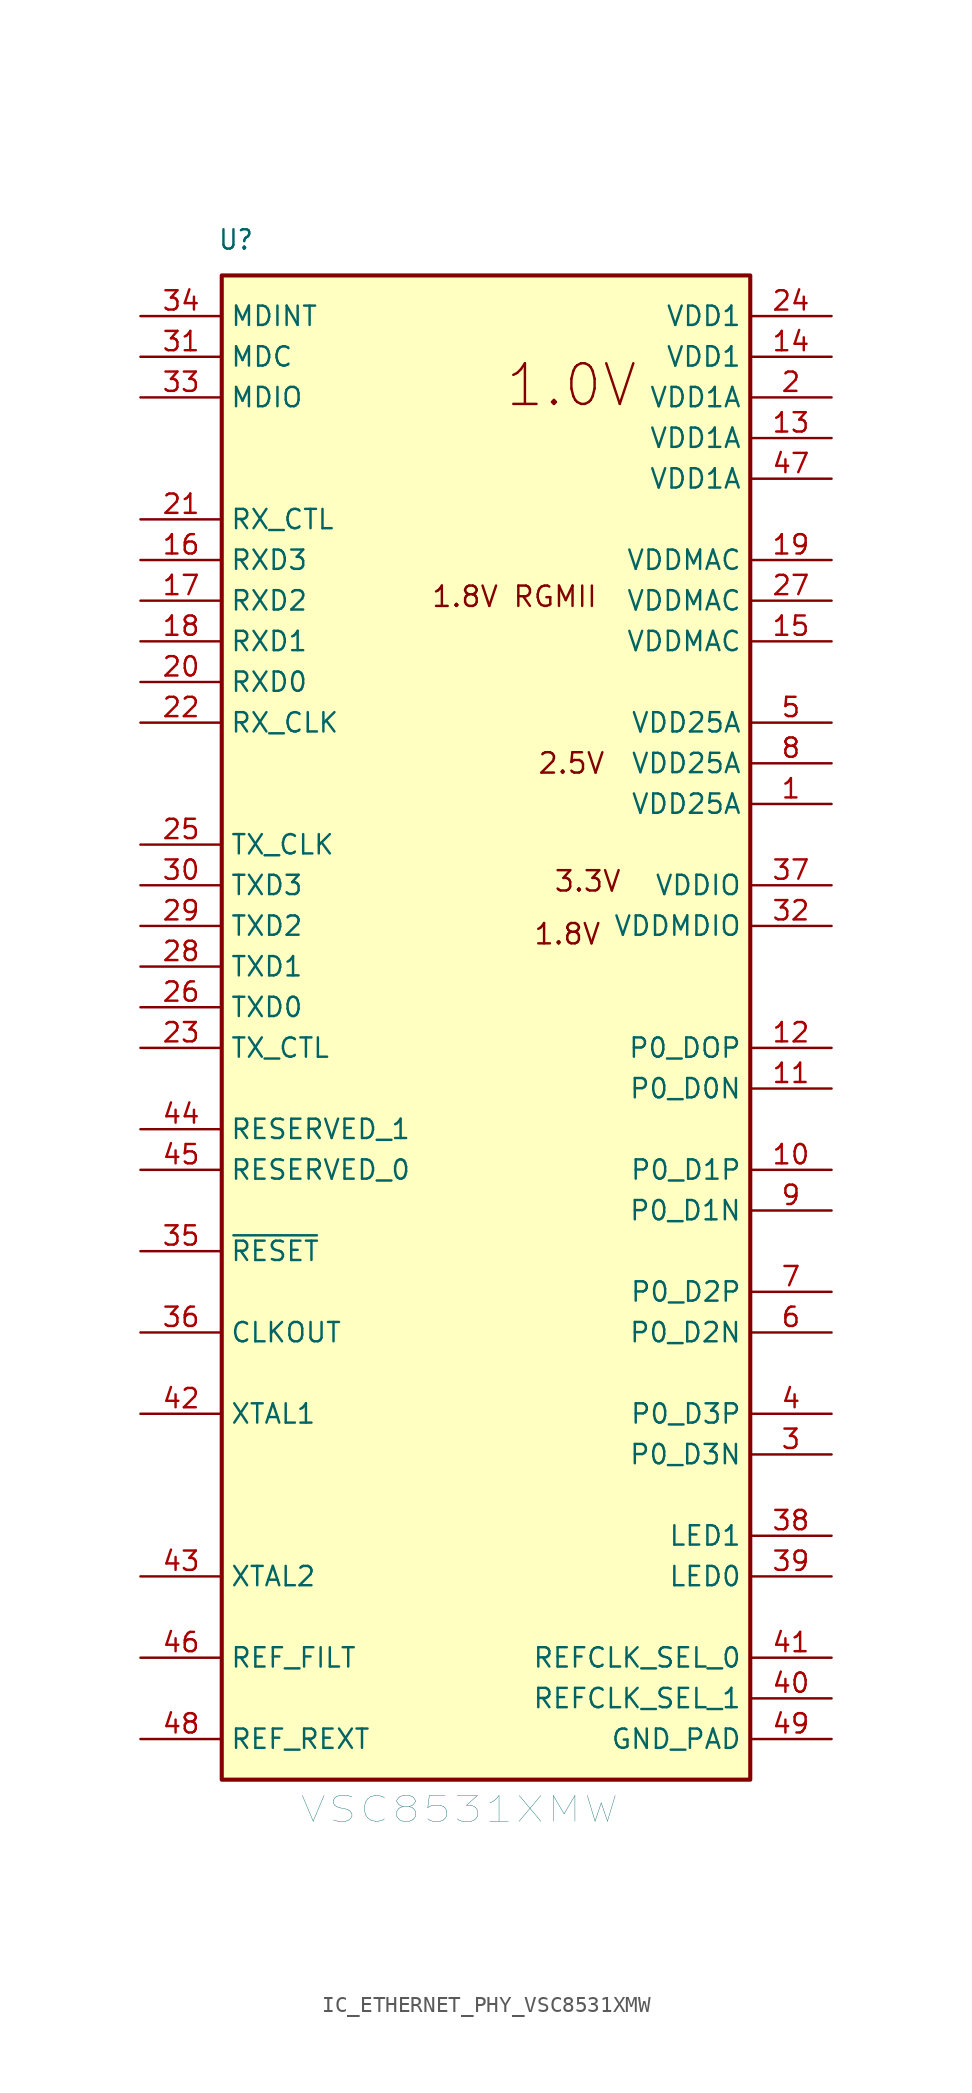
<source format=kicad_sym>
(kicad_symbol_lib
  (version 20231120)
  (generator "kicad_symbol_editor")
  (generator_version "8.0")
  (symbol "IC_ETHERNET_PHY_VSC8531XMW"
    (property "Reference" "U"
      (at 4.826 92.964 0)
      (effects (font (size 1.206 1.092) (thickness 0.152)) (justify left bottom)))
    (property "Value" "VSC8531XMW"
      (at 9.906 -5.334 0)
      (effects (font (size 1.609 2.032) (thickness 0.025)) (justify left bottom)))
    (symbol "IC_ETHERNET_PHY_VSC8531XMW_1_0"
      (polyline (pts (xy 5.08 -2.54) (xy 38.1 -2.54) (xy 38.1 91.44) (xy 5.08 91.44) (xy 5.08 -2.54)) (stroke (width 0.256) (type solid)) (fill (type background)))
      (pin passive line (at 43.18 58.42 180) (length 5.08) (name "VDD25A" (effects (font (size 1.206 1.206)))) (number "1" (effects (font (size 1.206 1.206)))))
      (pin passive line (at 43.18 35.56 180) (length 5.08) (name "P0_D1P" (effects (font (size 1.206 1.206)))) (number "10" (effects (font (size 1.206 1.206)))))
      (pin passive line (at 43.18 40.64 180) (length 5.08) (name "P0_D0N" (effects (font (size 1.206 1.206)))) (number "11" (effects (font (size 1.206 1.206)))))
      (pin passive line (at 43.18 43.18 180) (length 5.08) (name "P0_DOP" (effects (font (size 1.206 1.206)))) (number "12" (effects (font (size 1.206 1.206)))))
      (pin passive line (at 43.18 81.28 180) (length 5.08) (name "VDD1A" (effects (font (size 1.206 1.206)))) (number "13" (effects (font (size 1.206 1.206)))))
      (pin passive line (at 43.18 86.36 180) (length 5.08) (name "VDD1" (effects (font (size 1.206 1.206)))) (number "14" (effects (font (size 1.206 1.206)))))
      (pin passive line (at 43.18 68.58 180) (length 5.08) (name "VDDMAC" (effects (font (size 1.206 1.206)))) (number "15" (effects (font (size 1.206 1.206)))))
      (pin passive line (at 0 73.66 0) (length 5.08) (name "RXD3" (effects (font (size 1.206 1.206)))) (number "16" (effects (font (size 1.206 1.206)))))
      (pin passive line (at 0 71.12 0) (length 5.08) (name "RXD2" (effects (font (size 1.206 1.206)))) (number "17" (effects (font (size 1.206 1.206)))))
      (pin passive line (at 0 68.58 0) (length 5.08) (name "RXD1" (effects (font (size 1.206 1.206)))) (number "18" (effects (font (size 1.206 1.206)))))
      (pin passive line (at 43.18 73.66 180) (length 5.08) (name "VDDMAC" (effects (font (size 1.206 1.206)))) (number "19" (effects (font (size 1.206 1.206)))))
      (pin passive line (at 43.18 83.82 180) (length 5.08) (name "VDD1A" (effects (font (size 1.206 1.206)))) (number "2" (effects (font (size 1.206 1.206)))))
      (pin passive line (at 0 66.04 0) (length 5.08) (name "RXD0" (effects (font (size 1.206 1.206)))) (number "20" (effects (font (size 1.206 1.206)))))
      (pin passive line (at 0 76.2 0) (length 5.08) (name "RX_CTL" (effects (font (size 1.206 1.206)))) (number "21" (effects (font (size 1.206 1.206)))))
      (pin passive line (at 0 63.5 0) (length 5.08) (name "RX_CLK" (effects (font (size 1.206 1.206)))) (number "22" (effects (font (size 1.206 1.206)))))
      (pin passive line (at 0 43.18 0) (length 5.08) (name "TX_CTL" (effects (font (size 1.206 1.206)))) (number "23" (effects (font (size 1.206 1.206)))))
      (pin passive line (at 43.18 88.9 180) (length 5.08) (name "VDD1" (effects (font (size 1.206 1.206)))) (number "24" (effects (font (size 1.206 1.206)))))
      (pin passive line (at 0 55.88 0) (length 5.08) (name "TX_CLK" (effects (font (size 1.206 1.206)))) (number "25" (effects (font (size 1.206 1.206)))))
      (pin passive line (at 0 45.72 0) (length 5.08) (name "TXD0" (effects (font (size 1.206 1.206)))) (number "26" (effects (font (size 1.206 1.206)))))
      (pin passive line (at 43.18 71.12 180) (length 5.08) (name "VDDMAC" (effects (font (size 1.206 1.206)))) (number "27" (effects (font (size 1.206 1.206)))))
      (pin passive line (at 0 48.26 0) (length 5.08) (name "TXD1" (effects (font (size 1.206 1.206)))) (number "28" (effects (font (size 1.206 1.206)))))
      (pin passive line (at 0 50.8 0) (length 5.08) (name "TXD2" (effects (font (size 1.206 1.206)))) (number "29" (effects (font (size 1.206 1.206)))))
      (pin passive line (at 43.18 17.78 180) (length 5.08) (name "P0_D3N" (effects (font (size 1.206 1.206)))) (number "3" (effects (font (size 1.206 1.206)))))
      (pin passive line (at 0 53.34 0) (length 5.08) (name "TXD3" (effects (font (size 1.206 1.206)))) (number "30" (effects (font (size 1.206 1.206)))))
      (pin passive line (at 0 86.36 0) (length 5.08) (name "MDC" (effects (font (size 1.206 1.206)))) (number "31" (effects (font (size 1.206 1.206)))))
      (pin passive line (at 43.18 50.8 180) (length 5.08) (name "VDDMDIO" (effects (font (size 1.206 1.206)))) (number "32" (effects (font (size 1.206 1.206)))))
      (pin passive line (at 0 83.82 0) (length 5.08) (name "MDIO" (effects (font (size 1.206 1.206)))) (number "33" (effects (font (size 1.206 1.206)))))
      (pin passive line (at 0 88.9 0) (length 5.08) (name "MDINT" (effects (font (size 1.206 1.206)))) (number "34" (effects (font (size 1.206 1.206)))))
      (pin passive line (at 0 30.48 0) (length 5.08) (name "~{RESET}" (effects (font (size 1.206 1.206)))) (number "35" (effects (font (size 1.206 1.206)))))
      (pin passive line (at 0 25.4 0) (length 5.08) (name "CLKOUT" (effects (font (size 1.206 1.206)))) (number "36" (effects (font (size 1.206 1.206)))))
      (pin passive line (at 43.18 53.34 180) (length 5.08) (name "VDDIO" (effects (font (size 1.206 1.206)))) (number "37" (effects (font (size 1.206 1.206)))))
      (pin passive line (at 43.18 12.7 180) (length 5.08) (name "LED1" (effects (font (size 1.206 1.206)))) (number "38" (effects (font (size 1.206 1.206)))))
      (pin passive line (at 43.18 10.16 180) (length 5.08) (name "LED0" (effects (font (size 1.206 1.206)))) (number "39" (effects (font (size 1.206 1.206)))))
      (pin passive line (at 43.18 20.32 180) (length 5.08) (name "P0_D3P" (effects (font (size 1.206 1.206)))) (number "4" (effects (font (size 1.206 1.206)))))
      (pin passive line (at 43.18 2.54 180) (length 5.08) (name "REFCLK_SEL_1" (effects (font (size 1.206 1.206)))) (number "40" (effects (font (size 1.206 1.206)))))
      (pin passive line (at 43.18 5.08 180) (length 5.08) (name "REFCLK_SEL_0" (effects (font (size 1.206 1.206)))) (number "41" (effects (font (size 1.206 1.206)))))
      (pin passive line (at 0 20.32 0) (length 5.08) (name "XTAL1" (effects (font (size 1.206 1.206)))) (number "42" (effects (font (size 1.206 1.206)))))
      (pin passive line (at 0 10.16 0) (length 5.08) (name "XTAL2" (effects (font (size 1.206 1.206)))) (number "43" (effects (font (size 1.206 1.206)))))
      (pin passive line (at 0 38.1 0) (length 5.08) (name "RESERVED_1" (effects (font (size 1.206 1.206)))) (number "44" (effects (font (size 1.206 1.206)))))
      (pin passive line (at 0 35.56 0) (length 5.08) (name "RESERVED_0" (effects (font (size 1.206 1.206)))) (number "45" (effects (font (size 1.206 1.206)))))
      (pin passive line (at 0 5.08 0) (length 5.08) (name "REF_FILT" (effects (font (size 1.206 1.206)))) (number "46" (effects (font (size 1.206 1.206)))))
      (pin passive line (at 43.18 78.74 180) (length 5.08) (name "VDD1A" (effects (font (size 1.206 1.206)))) (number "47" (effects (font (size 1.206 1.206)))))
      (pin passive line (at 0 0 0) (length 5.08) (name "REF_REXT" (effects (font (size 1.206 1.206)))) (number "48" (effects (font (size 1.206 1.206)))))
      (pin passive line (at 43.18 0 180) (length 5.08) (name "GND_PAD" (effects (font (size 1.206 1.206)))) (number "49" (effects (font (size 1.206 1.206)))))
      (pin passive line (at 43.18 63.5 180) (length 5.08) (name "VDD25A" (effects (font (size 1.206 1.206)))) (number "5" (effects (font (size 1.206 1.206)))))
      (pin passive line (at 43.18 25.4 180) (length 5.08) (name "P0_D2N" (effects (font (size 1.206 1.206)))) (number "6" (effects (font (size 1.206 1.206)))))
      (pin passive line (at 43.18 27.94 180) (length 5.08) (name "P0_D2P" (effects (font (size 1.206 1.206)))) (number "7" (effects (font (size 1.206 1.206)))))
      (pin passive line (at 43.18 60.96 180) (length 5.08) (name "VDD25A" (effects (font (size 1.206 1.206)))) (number "8" (effects (font (size 1.206 1.206)))))
      (pin passive line (at 43.18 33.02 180) (length 5.08) (name "P0_D1N" (effects (font (size 1.206 1.206)))) (number "9" (effects (font (size 1.206 1.206))))))
    (symbol "IC_ETHERNET_PHY_VSC8531XMW_1_1"
      (text "1.0V" (at 26.924 84.582 0) (effects (font (size 2.54 2.54))))
      (text "1.8V" (at 26.67 50.292 0) (effects (font (size 1.27 1.27))))
      (text "1.8V RGMII" (at 23.368 71.374 0) (effects (font (size 1.27 1.27))))
      (text "2.5V" (at 26.924 60.96 0) (effects (font (size 1.27 1.27))))
      (text "3.3V" (at 27.94 53.594 0) (effects (font (size 1.27 1.27)))))))
</source>
